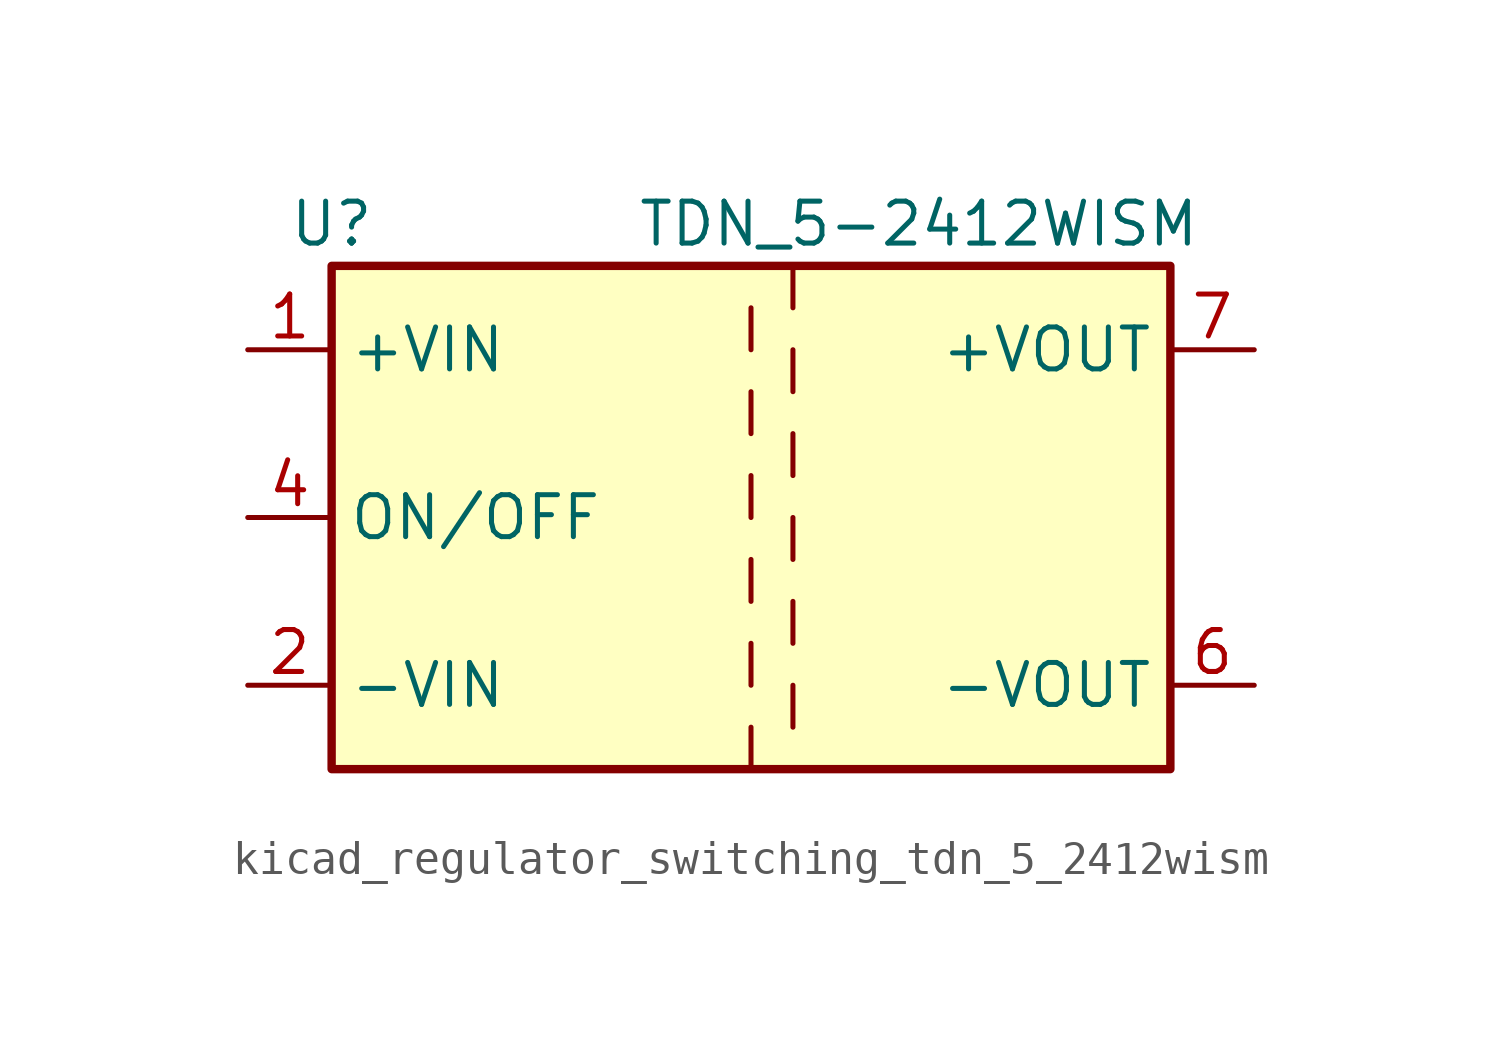
<source format=kicad_sym>
(kicad_symbol_lib
  (version 20220914)
  (generator kicad_symbol_editor)
  (symbol "kicad_regulator_switching_tdn_5_2412wism"
    (property "Reference" "U"
      (at -12.7 8.89 0)
      (effects (font (size 1.27 1.27))))
    (property "Value" "TDN_5-2412WISM"
      (at 5.08 8.89 0)
      (effects (font (size 1.27 1.27))))
    (symbol "kicad_regulator_switching_tdn_5_2412wism_0_1"
      (rectangle (start -12.7 7.62) (end 12.7 -7.62) (stroke (width 0.254) (type default)) (fill (type background))))
    (symbol "kicad_regulator_switching_tdn_5_2412wism_1_1"
      (polyline (pts (xy 0 -6.35) (xy 0 -7.62)) (stroke (width 0) (type default)) (fill (type none)))
      (polyline (pts (xy 0 -3.81) (xy 0 -5.08)) (stroke (width 0) (type default)) (fill (type none)))
      (polyline (pts (xy 0 -1.27) (xy 0 -2.54)) (stroke (width 0) (type default)) (fill (type none)))
      (polyline (pts (xy 0 1.27) (xy 0 0)) (stroke (width 0) (type default)) (fill (type none)))
      (polyline (pts (xy 0 3.81) (xy 0 2.54)) (stroke (width 0) (type default)) (fill (type none)))
      (polyline (pts (xy 0 6.35) (xy 0 5.08)) (stroke (width 0) (type default)) (fill (type none)))
      (polyline (pts (xy 1.27 -5.08) (xy 1.27 -6.35)) (stroke (width 0) (type default)) (fill (type none)))
      (polyline (pts (xy 1.27 -2.54) (xy 1.27 -3.81)) (stroke (width 0) (type default)) (fill (type none)))
      (polyline (pts (xy 1.27 0) (xy 1.27 -1.27)) (stroke (width 0) (type default)) (fill (type none)))
      (polyline (pts (xy 1.27 2.54) (xy 1.27 1.27)) (stroke (width 0) (type default)) (fill (type none)))
      (polyline (pts (xy 1.27 5.08) (xy 1.27 3.81)) (stroke (width 0) (type default)) (fill (type none)))
      (polyline (pts (xy 1.27 7.62) (xy 1.27 6.35)) (stroke (width 0) (type default)) (fill (type none)))
      (pin power_in line (at -15.24 5.08 0) (length 2.54) (name "+VIN" (effects (font (size 1.27 1.27)))) (number "1" (effects (font (size 1.27 1.27)))))
      (pin power_in line (at -15.24 -5.08 0) (length 2.54) (name "-VIN" (effects (font (size 1.27 1.27)))) (number "2" (effects (font (size 1.27 1.27)))))
      (pin input line (at -15.24 0 0) (length 2.54) (name "ON/OFF" (effects (font (size 1.27 1.27)))) (number "4" (effects (font (size 1.27 1.27)))))
      (pin no_connect line (at 12.7 2.54 180) (length 2.54) hide (name "NC" (effects (font (size 1.27 1.27)))) (number "5" (effects (font (size 1.27 1.27)))))
      (pin power_out line (at 15.24 -5.08 180) (length 2.54) (name "-VOUT" (effects (font (size 1.27 1.27)))) (number "6" (effects (font (size 1.27 1.27)))))
      (pin power_out line (at 15.24 5.08 180) (length 2.54) (name "+VOUT" (effects (font (size 1.27 1.27)))) (number "7" (effects (font (size 1.27 1.27))))))))
</source>
